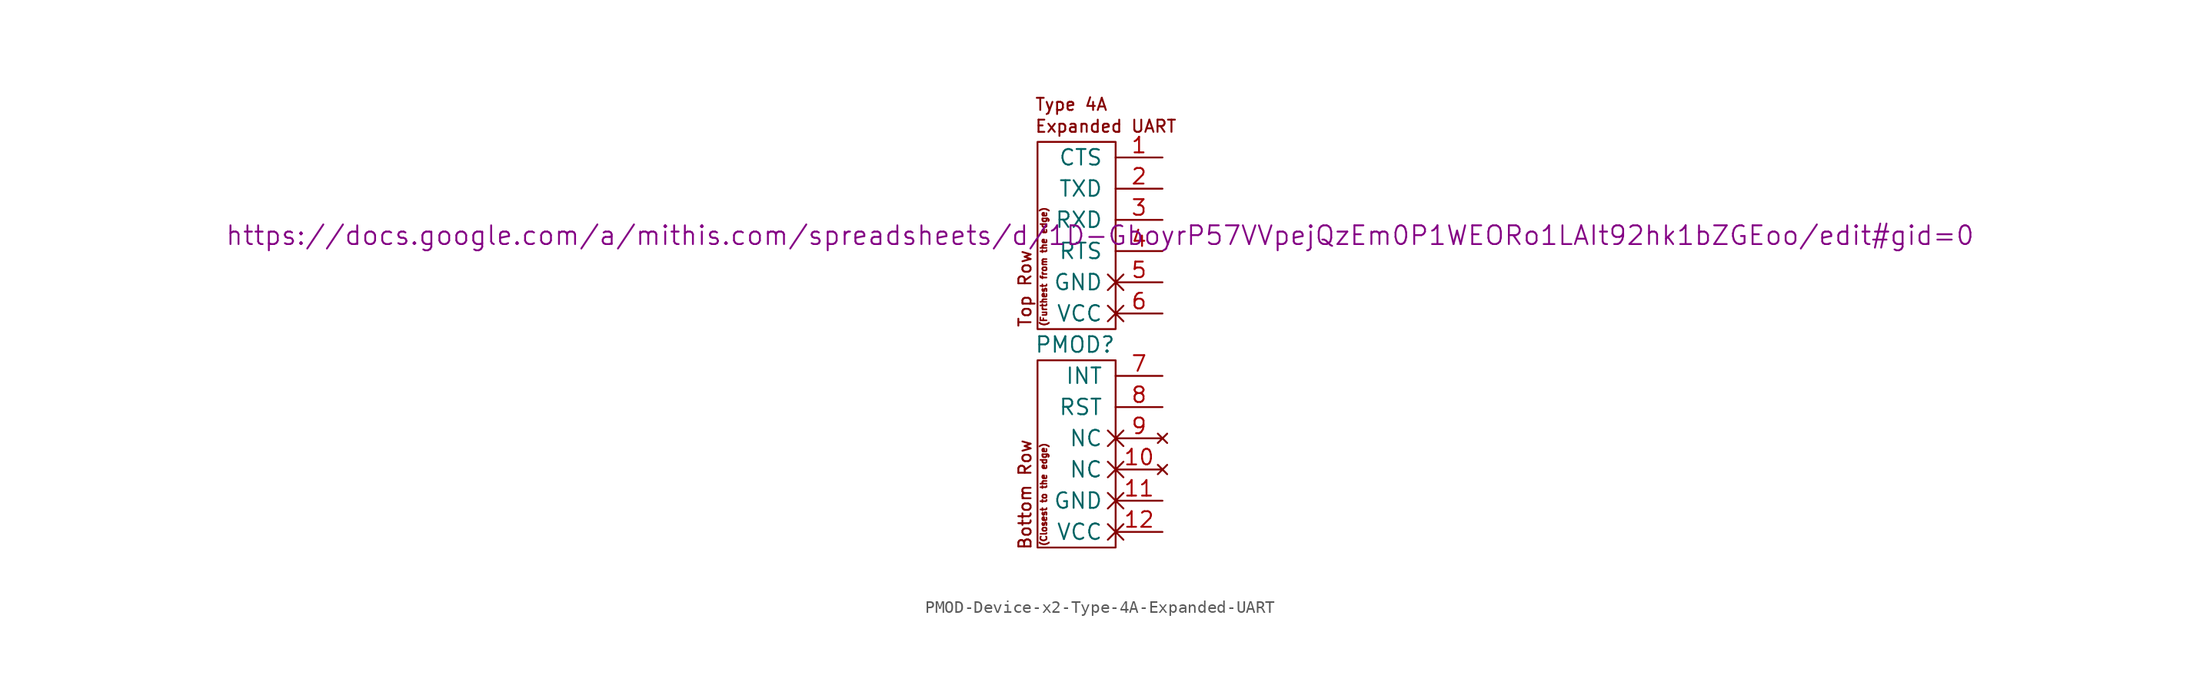
<source format=kicad_sym>
(kicad_symbol_lib
  (version 20231120)
  (generator "kicad_symbol_editor")
  (generator_version "8.0")
  (symbol "PMOD-Device-x2-Type-4A-Expanded-UART"
    (pin_names
      (offset 1.016))
    (property "Reference" "PMOD"
      (at -3.302 -1.27 0)
      (effects (font (size 1.27 1.27))))
    (property "Datasheet" "https://docs.google.com/a/mithis.com/spreadsheets/d/1D-GboyrP57VVpejQzEm0P1WEORo1LAIt92hk1bZGEoo/edit#gid=0"
      (at -1.27 7.62 0)
      (effects (font (size 1.524 1.524))))
    (symbol "PMOD-Device-x2-Type-4A-Expanded-UART_0_0"
      (text "(Closest to the edge)" (at -5.842 -13.462 900) (effects (font (size 0.508 0.508))))
      (text "(Furthest from the edge)" (at -5.842 5.08 900) (effects (font (size 0.508 0.508))))
      (text "Bottom Row" (at -7.366 -13.462 900) (effects (font (size 0.991 0.991))))
      (text "Expanded UART" (at -6.604 16.51 0) (effects (font (size 0.991 0.991)) (justify left)))
      (text "Top Row" (at -7.366 3.302 900) (effects (font (size 0.991 0.991))))
      (text "Type 4A" (at -6.604 18.288 0) (effects (font (size 0.991 0.991)) (justify left))))
    (symbol "PMOD-Device-x2-Type-4A-Expanded-UART_0_1"
      (rectangle (start -6.35 -2.54) (end 0 -17.78) (stroke (width 0) (type solid)) (fill (type none)))
      (rectangle (start 0 15.24) (end -6.35 0) (stroke (width 0) (type solid)) (fill (type none))))
    (symbol "PMOD-Device-x2-Type-4A-Expanded-UART_1_1"
      (pin input line (at 3.81 13.97 180) (length 3.81) (name "CTS" (effects (font (size 1.27 1.27)))) (number "1" (effects (font (size 1.27 1.27)))))
      (pin no_connect non_logic (at 3.81 -11.43 180) (length 3.81) (name "NC" (effects (font (size 1.27 1.27)))) (number "10" (effects (font (size 1.27 1.27)))))
      (pin power_out non_logic (at 3.81 -13.97 180) (length 3.81) (name "GND" (effects (font (size 1.27 1.27)))) (number "11" (effects (font (size 1.27 1.27)))))
      (pin power_out non_logic (at 3.81 -16.51 180) (length 3.81) (name "VCC" (effects (font (size 1.27 1.27)))) (number "12" (effects (font (size 1.27 1.27)))))
      (pin output line (at 3.81 11.43 180) (length 3.81) (name "TXD" (effects (font (size 1.27 1.27)))) (number "2" (effects (font (size 1.27 1.27)))))
      (pin input line (at 3.81 8.89 180) (length 3.81) (name "RXD" (effects (font (size 1.27 1.27)))) (number "3" (effects (font (size 1.27 1.27)))))
      (pin output line (at 3.81 6.35 180) (length 3.81) (name "RTS" (effects (font (size 1.27 1.27)))) (number "4" (effects (font (size 1.27 1.27)))))
      (pin power_out non_logic (at 3.81 3.81 180) (length 3.81) (name "GND" (effects (font (size 1.27 1.27)))) (number "5" (effects (font (size 1.27 1.27)))))
      (pin power_out non_logic (at 3.81 1.27 180) (length 3.81) (name "VCC" (effects (font (size 1.27 1.27)))) (number "6" (effects (font (size 1.27 1.27)))))
      (pin input line (at 3.81 -3.81 180) (length 3.81) (name "INT" (effects (font (size 1.27 1.27)))) (number "7" (effects (font (size 1.27 1.27)))))
      (pin output line (at 3.81 -6.35 180) (length 3.81) (name "RST" (effects (font (size 1.27 1.27)))) (number "8" (effects (font (size 1.27 1.27)))))
      (pin no_connect non_logic (at 3.81 -8.89 180) (length 3.81) (name "NC" (effects (font (size 1.27 1.27)))) (number "9" (effects (font (size 1.27 1.27))))))))
</source>
